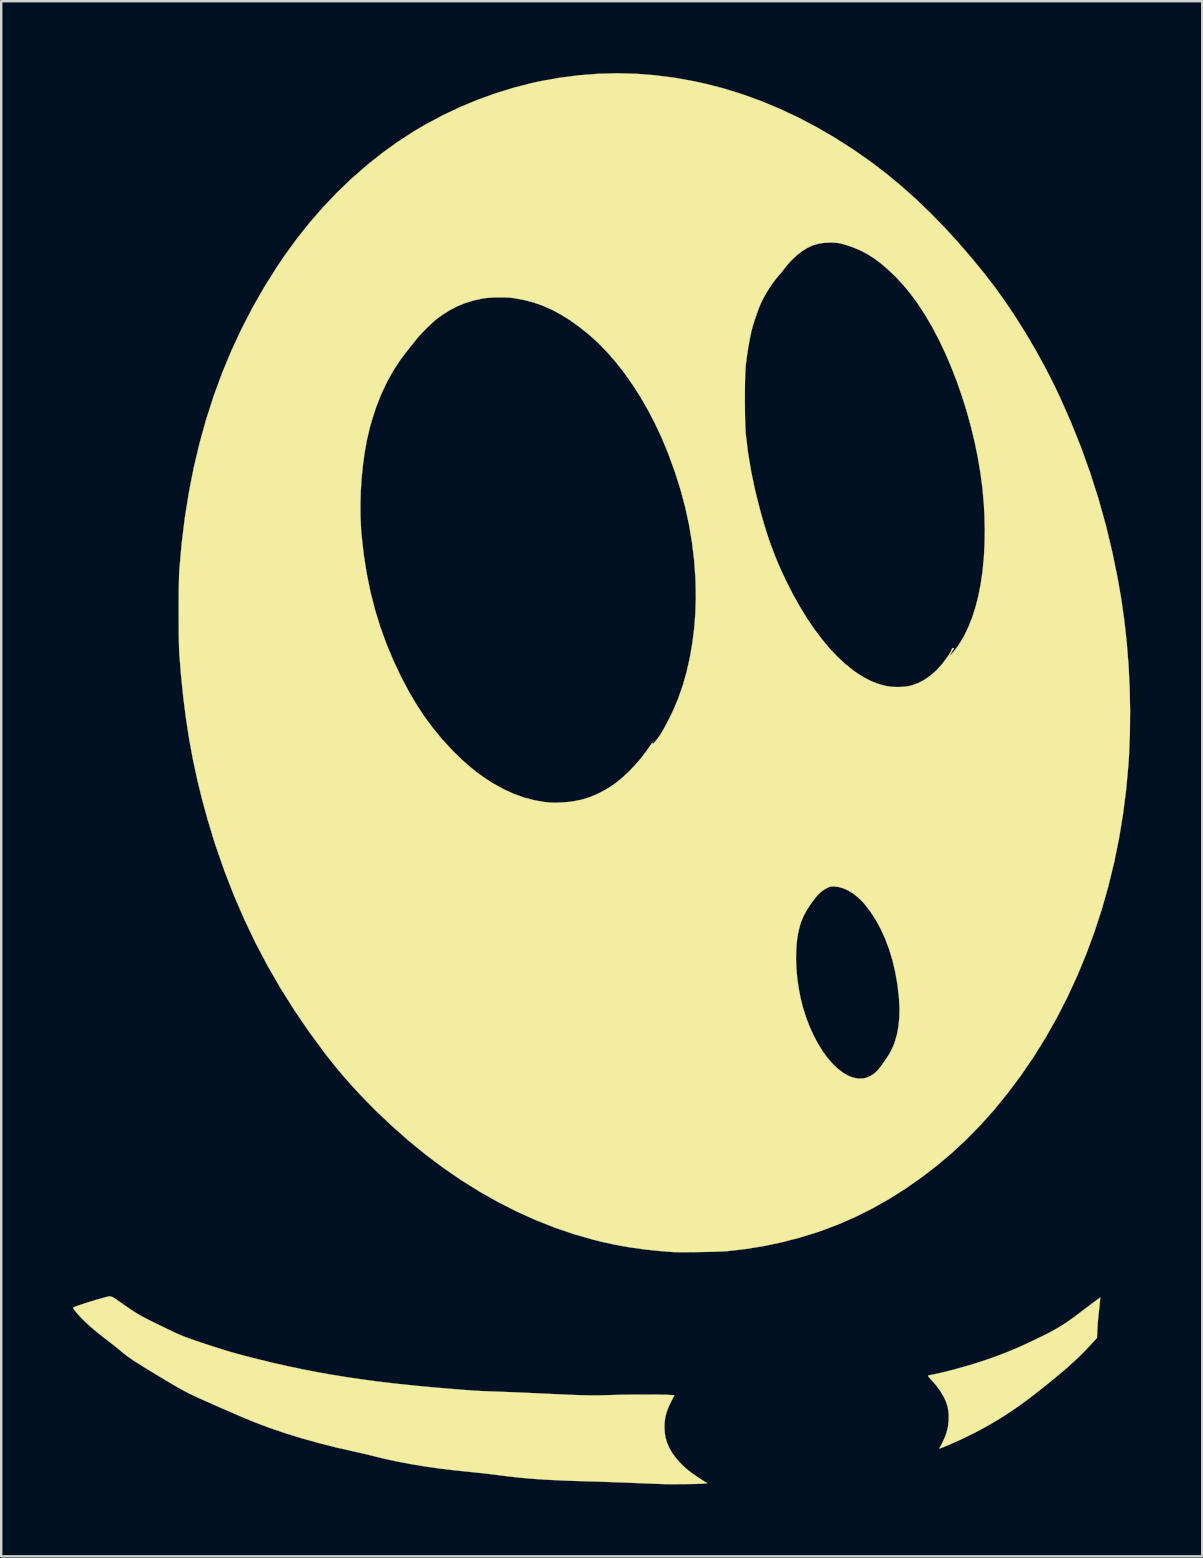
<source format=kicad_pcb>
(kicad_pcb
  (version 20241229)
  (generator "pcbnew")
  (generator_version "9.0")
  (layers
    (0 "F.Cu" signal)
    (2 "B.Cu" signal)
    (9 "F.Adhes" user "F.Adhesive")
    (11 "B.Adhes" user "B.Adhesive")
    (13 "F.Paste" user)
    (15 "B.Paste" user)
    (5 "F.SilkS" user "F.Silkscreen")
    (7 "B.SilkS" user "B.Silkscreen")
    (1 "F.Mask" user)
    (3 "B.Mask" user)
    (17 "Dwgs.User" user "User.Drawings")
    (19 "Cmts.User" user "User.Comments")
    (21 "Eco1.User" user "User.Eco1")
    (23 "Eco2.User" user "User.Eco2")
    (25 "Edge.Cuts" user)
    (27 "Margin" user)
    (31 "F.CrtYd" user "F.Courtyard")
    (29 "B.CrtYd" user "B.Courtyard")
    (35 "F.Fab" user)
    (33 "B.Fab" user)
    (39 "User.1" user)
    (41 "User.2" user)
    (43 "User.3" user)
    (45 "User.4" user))
  (footprint "F.Silk_g1134"
    (layer "F.Cu")
    (at 19.775 38.796)
    (property "Reference" "F.Silk_g1134" (at 0 0 0) (layer "F.SilkS") (effects (font (size 1.524 1.524) (thickness 0.3))))
    (attr through_hole)
    (fp_poly (pts (xy 4.403 -10.933) (xy 4.392 -10.922) (xy 4.381 -10.933) (xy 4.392 -10.943) (xy 4.403 -10.933)) (stroke (width 0.01) (type solid)) (fill yes) (layer "F.SilkS"))
    (fp_poly (pts (xy 23.02 12.396) (xy 23.012 12.476) (xy 23.001 12.585) (xy 22.987 12.713) (xy 22.972 12.849) (xy 22.964 12.922) (xy 22.948 13.074) (xy 22.933 13.242) (xy 22.92 13.409) (xy 22.911 13.558) (xy 22.909 13.598) (xy 22.896 13.914) (xy 22.731 14.096) (xy 22.556 14.285) (xy 22.385 14.464) (xy 22.214 14.637) (xy 22.037 14.808) (xy 21.851 14.98) (xy 21.651 15.158) (xy 21.432 15.346) (xy 21.191 15.547) (xy 20.923 15.767) (xy 20.728 15.924) (xy 20.343 16.229) (xy 19.979 16.506) (xy 19.631 16.759) (xy 19.293 16.992) (xy 18.959 17.21) (xy 18.622 17.415) (xy 18.277 17.613) (xy 17.918 17.807) (xy 17.716 17.911) (xy 17.574 17.982) (xy 17.422 18.056) (xy 17.263 18.131) (xy 17.104 18.204) (xy 16.947 18.275) (xy 16.798 18.341) (xy 16.662 18.4) (xy 16.542 18.45) (xy 16.443 18.489) (xy 16.371 18.515) (xy 16.329 18.526) (xy 16.32 18.524) (xy 16.332 18.496) (xy 16.339 18.488) (xy 16.362 18.454) (xy 16.397 18.39) (xy 16.44 18.305) (xy 16.486 18.208) (xy 16.531 18.109) (xy 16.571 18.015) (xy 16.602 17.936) (xy 16.609 17.918) (xy 16.68 17.65) (xy 16.715 17.37) (xy 16.715 17.09) (xy 16.68 16.829) (xy 16.617 16.612) (xy 16.516 16.385) (xy 16.381 16.153) (xy 16.213 15.92) (xy 16.015 15.691) (xy 15.989 15.664) (xy 15.913 15.58) (xy 15.867 15.522) (xy 15.852 15.491) (xy 15.857 15.485) (xy 15.89 15.477) (xy 15.953 15.463) (xy 16.034 15.446) (xy 16.066 15.44) (xy 16.268 15.398) (xy 16.501 15.344) (xy 16.757 15.28) (xy 17.028 15.208) (xy 17.306 15.131) (xy 17.58 15.052) (xy 17.845 14.971) (xy 18.089 14.893) (xy 18.224 14.848) (xy 18.543 14.736) (xy 18.84 14.627) (xy 19.122 14.519) (xy 19.398 14.406) (xy 19.674 14.287) (xy 19.959 14.158) (xy 20.26 14.016) (xy 20.584 13.858) (xy 20.832 13.734) (xy 21.044 13.624) (xy 21.246 13.51) (xy 21.446 13.388) (xy 21.65 13.254) (xy 21.866 13.102) (xy 22.102 12.928) (xy 22.236 12.825) (xy 22.363 12.728) (xy 22.492 12.63) (xy 22.616 12.537) (xy 22.725 12.455) (xy 22.811 12.391) (xy 22.836 12.373) (xy 23.035 12.23) (xy 23.02 12.396)) (stroke (width 0.01) (type solid)) (fill yes) (layer "F.SilkS"))
    (fp_poly (pts (xy -18.182 12.196) (xy -18.124 12.22) (xy -18.054 12.261) (xy -17.967 12.32) (xy -17.855 12.399) (xy -17.777 12.453) (xy -17.629 12.556) (xy -17.499 12.646) (xy -17.383 12.725) (xy -17.278 12.796) (xy -17.178 12.86) (xy -17.08 12.92) (xy -16.979 12.979) (xy -16.871 13.038) (xy -16.752 13.101) (xy -16.617 13.17) (xy -16.463 13.247) (xy -16.284 13.334) (xy -16.078 13.435) (xy -15.839 13.551) (xy -15.759 13.589) (xy -15.616 13.657) (xy -15.488 13.717) (xy -15.366 13.771) (xy -15.246 13.822) (xy -15.12 13.872) (xy -14.982 13.923) (xy -14.828 13.979) (xy -14.649 14.04) (xy -14.441 14.11) (xy -14.277 14.165) (xy -13.969 14.266) (xy -13.69 14.355) (xy -13.431 14.436) (xy -13.181 14.51) (xy -12.929 14.581) (xy -12.667 14.652) (xy -12.383 14.726) (xy -12.109 14.795) (xy -11.481 14.948) (xy -10.858 15.089) (xy -10.237 15.221) (xy -9.612 15.342) (xy -8.979 15.454) (xy -8.334 15.558) (xy -7.673 15.654) (xy -6.99 15.744) (xy -6.281 15.827) (xy -5.542 15.904) (xy -4.768 15.977) (xy -4.233 16.023) (xy -3.955 16.046) (xy -3.714 16.065) (xy -3.504 16.082) (xy -3.32 16.096) (xy -3.155 16.107) (xy -3.006 16.117) (xy -2.865 16.125) (xy -2.728 16.132) (xy -2.589 16.138) (xy -2.443 16.144) (xy -2.284 16.149) (xy -2.244 16.15) (xy -2.084 16.156) (xy -1.89 16.163) (xy -1.669 16.172) (xy -1.429 16.181) (xy -1.177 16.192) (xy -0.921 16.203) (xy -0.669 16.214) (xy -0.455 16.224) (xy -0.089 16.241) (xy 0.239 16.256) (xy 0.53 16.27) (xy 0.79 16.281) (xy 1.02 16.29) (xy 1.225 16.298) (xy 1.408 16.304) (xy 1.572 16.308) (xy 1.72 16.311) (xy 1.856 16.313) (xy 1.983 16.313) (xy 2.104 16.312) (xy 2.224 16.31) (xy 2.344 16.307) (xy 2.469 16.303) (xy 2.548 16.301) (xy 2.745 16.294) (xy 2.964 16.289) (xy 3.201 16.285) (xy 3.449 16.281) (xy 3.702 16.279) (xy 3.953 16.278) (xy 4.196 16.278) (xy 4.424 16.279) (xy 4.632 16.281) (xy 4.814 16.284) (xy 4.962 16.288) (xy 5.019 16.291) (xy 5.287 16.305) (xy 5.162 16.541) (xy 5.046 16.782) (xy 4.961 17.006) (xy 4.905 17.221) (xy 4.875 17.437) (xy 4.868 17.608) (xy 4.879 17.847) (xy 4.913 18.064) (xy 4.973 18.272) (xy 5.063 18.484) (xy 5.081 18.521) (xy 5.191 18.71) (xy 5.334 18.906) (xy 5.503 19.102) (xy 5.692 19.29) (xy 5.874 19.446) (xy 5.96 19.511) (xy 6.071 19.591) (xy 6.194 19.677) (xy 6.321 19.763) (xy 6.438 19.839) (xy 6.534 19.899) (xy 6.551 19.909) (xy 6.657 19.971) (xy 6.509 19.988) (xy 6.449 19.992) (xy 6.353 19.997) (xy 6.228 20.001) (xy 6.08 20.004) (xy 5.915 20.007) (xy 5.74 20.01) (xy 5.561 20.012) (xy 5.385 20.013) (xy 5.219 20.013) (xy 5.068 20.013) (xy 4.938 20.011) (xy 4.858 20.01) (xy 4.794 20.007) (xy 4.693 20.004) (xy 4.56 19.999) (xy 4.4 19.993) (xy 4.219 19.986) (xy 4.021 19.978) (xy 3.811 19.97) (xy 3.595 19.961) (xy 3.588 19.961) (xy 3.344 19.951) (xy 3.084 19.941) (xy 2.817 19.932) (xy 2.551 19.922) (xy 2.295 19.914) (xy 2.059 19.906) (xy 1.851 19.9) (xy 1.757 19.897) (xy 1.31 19.884) (xy 0.901 19.87) (xy 0.524 19.855) (xy 0.176 19.838) (xy -0.15 19.82) (xy -0.457 19.8) (xy -0.751 19.778) (xy -1.036 19.752) (xy -1.317 19.724) (xy -1.6 19.693) (xy -1.888 19.657) (xy -2.085 19.632) (xy -2.273 19.608) (xy -2.488 19.582) (xy -2.714 19.556) (xy -2.937 19.532) (xy -3.141 19.511) (xy -3.207 19.505) (xy -3.875 19.436) (xy -4.506 19.36) (xy -5.104 19.275) (xy -5.676 19.181) (xy -6.224 19.078) (xy -6.755 18.964) (xy -7.271 18.839) (xy -7.433 18.798) (xy -7.619 18.753) (xy -7.812 18.708) (xy -7.992 18.668) (xy -8.086 18.647) (xy -8.828 18.479) (xy -9.554 18.295) (xy -10.26 18.097) (xy -10.941 17.886) (xy -11.594 17.664) (xy -12.213 17.431) (xy -12.774 17.199) (xy -13.113 17.052) (xy -13.416 16.92) (xy -13.687 16.802) (xy -13.928 16.696) (xy -14.143 16.601) (xy -14.334 16.516) (xy -14.505 16.439) (xy -14.659 16.368) (xy -14.798 16.302) (xy -14.927 16.24) (xy -15.047 16.179) (xy -15.162 16.119) (xy -15.276 16.057) (xy -15.39 15.993) (xy -15.509 15.925) (xy -15.636 15.851) (xy -15.772 15.77) (xy -15.922 15.681) (xy -16.089 15.581) (xy -16.192 15.518) (xy -16.455 15.36) (xy -16.684 15.221) (xy -16.884 15.098) (xy -17.059 14.988) (xy -17.211 14.89) (xy -17.344 14.801) (xy -17.463 14.718) (xy -17.571 14.638) (xy -17.671 14.561) (xy -17.767 14.482) (xy -17.845 14.416) (xy -17.906 14.365) (xy -17.995 14.293) (xy -18.104 14.207) (xy -18.228 14.11) (xy -18.36 14.008) (xy -18.481 13.916) (xy -18.754 13.702) (xy -19.006 13.49) (xy -19.235 13.284) (xy -19.435 13.087) (xy -19.603 12.903) (xy -19.656 12.838) (xy -19.717 12.761) (xy -19.754 12.709) (xy -19.77 12.676) (xy -19.769 12.656) (xy -19.757 12.643) (xy -19.723 12.626) (xy -19.654 12.6) (xy -19.557 12.565) (xy -19.437 12.525) (xy -19.301 12.48) (xy -19.154 12.433) (xy -19.003 12.386) (xy -18.854 12.34) (xy -18.713 12.299) (xy -18.585 12.263) (xy -18.557 12.255) (xy -18.448 12.225) (xy -18.363 12.202) (xy -18.295 12.188) (xy -18.237 12.186) (xy -18.182 12.196)) (stroke (width 0.01) (type solid)) (fill yes) (layer "F.SilkS"))
    (fp_poly (pts (xy 3.704 -38.77) (xy 4.498 -38.707) (xy 5.296 -38.604) (xy 6.101 -38.459) (xy 6.585 -38.354) (xy 7.362 -38.153) (xy 8.14 -37.91) (xy 8.916 -37.627) (xy 9.688 -37.305) (xy 10.455 -36.944) (xy 11.213 -36.546) (xy 11.962 -36.111) (xy 12.699 -35.641) (xy 13.422 -35.137) (xy 13.589 -35.014) (xy 14.191 -34.549) (xy 14.782 -34.057) (xy 15.365 -33.536) (xy 15.941 -32.983) (xy 16.513 -32.397) (xy 17.083 -31.776) (xy 17.653 -31.116) (xy 18.186 -30.467) (xy 18.634 -29.886) (xy 19.076 -29.269) (xy 19.51 -28.621) (xy 19.932 -27.949) (xy 20.338 -27.258) (xy 20.725 -26.554) (xy 21.088 -25.844) (xy 21.353 -25.289) (xy 21.814 -24.244) (xy 22.236 -23.191) (xy 22.617 -22.126) (xy 22.96 -21.049) (xy 23.265 -19.957) (xy 23.532 -18.848) (xy 23.762 -17.72) (xy 23.906 -16.891) (xy 24.034 -15.996) (xy 24.135 -15.077) (xy 24.21 -14.14) (xy 24.257 -13.195) (xy 24.277 -12.25) (xy 24.268 -11.312) (xy 24.232 -10.391) (xy 24.203 -9.948) (xy 24.11 -8.918) (xy 23.979 -7.899) (xy 23.813 -6.893) (xy 23.611 -5.901) (xy 23.374 -4.925) (xy 23.102 -3.965) (xy 22.796 -3.023) (xy 22.456 -2.101) (xy 22.084 -1.199) (xy 21.678 -0.318) (xy 21.241 0.539) (xy 20.771 1.372) (xy 20.271 2.179) (xy 19.74 2.959) (xy 19.179 3.712) (xy 18.588 4.435) (xy 18.566 4.461) (xy 18.014 5.074) (xy 17.438 5.659) (xy 16.839 6.215) (xy 16.218 6.74) (xy 15.578 7.232) (xy 14.921 7.692) (xy 14.248 8.117) (xy 13.562 8.505) (xy 12.865 8.856) (xy 12.158 9.168) (xy 11.444 9.44) (xy 11.187 9.528) (xy 10.452 9.752) (xy 9.721 9.94) (xy 8.987 10.093) (xy 8.24 10.213) (xy 7.493 10.299) (xy 7.401 10.306) (xy 7.274 10.313) (xy 7.118 10.319) (xy 6.938 10.325) (xy 6.741 10.33) (xy 6.533 10.334) (xy 6.32 10.338) (xy 6.107 10.341) (xy 5.902 10.343) (xy 5.71 10.344) (xy 5.537 10.344) (xy 5.389 10.343) (xy 5.273 10.34) (xy 5.207 10.337) (xy 4.573 10.286) (xy 3.972 10.22) (xy 3.398 10.138) (xy 2.844 10.039) (xy 2.302 9.923) (xy 1.937 9.833) (xy 1.12 9.6) (xy 0.31 9.325) (xy -0.491 9.009) (xy -1.283 8.652) (xy -2.066 8.255) (xy -2.839 7.818) (xy -3.601 7.342) (xy -4.351 6.827) (xy -5.09 6.272) (xy -5.816 5.679) (xy -6.529 5.048) (xy -7.172 4.435) (xy -7.621 3.982) (xy -8.039 3.538) (xy -8.435 3.096) (xy -8.815 2.645) (xy -9.187 2.178) (xy -9.291 2.043) (xy -9.944 1.157) (xy -10.558 0.257) (xy -11.133 -0.659) (xy -11.671 -1.591) (xy -11.821 -1.875) (xy 10.353 -1.875) (xy 10.368 -1.483) (xy 10.403 -1.083) (xy 10.459 -0.68) (xy 10.535 -0.28) (xy 10.632 0.111) (xy 10.649 0.171) (xy 10.775 0.567) (xy 10.92 0.946) (xy 11.082 1.304) (xy 11.26 1.64) (xy 11.451 1.95) (xy 11.653 2.23) (xy 11.865 2.477) (xy 12.085 2.689) (xy 12.31 2.862) (xy 12.316 2.866) (xy 12.529 2.988) (xy 12.738 3.068) (xy 12.942 3.106) (xy 13.142 3.102) (xy 13.262 3.079) (xy 13.437 3.011) (xy 13.605 2.903) (xy 13.764 2.753) (xy 13.915 2.563) (xy 13.945 2.519) (xy 14.006 2.428) (xy 14.069 2.336) (xy 14.124 2.258) (xy 14.143 2.232) (xy 14.22 2.115) (xy 14.3 1.97) (xy 14.377 1.811) (xy 14.445 1.649) (xy 14.476 1.559) (xy 14.564 1.246) (xy 14.625 0.914) (xy 14.658 0.561) (xy 14.665 0.182) (xy 14.645 -0.225) (xy 14.637 -0.318) (xy 14.576 -0.831) (xy 14.488 -1.33) (xy 14.374 -1.812) (xy 14.235 -2.273) (xy 14.071 -2.712) (xy 13.884 -3.124) (xy 13.675 -3.508) (xy 13.446 -3.86) (xy 13.196 -4.177) (xy 13.106 -4.278) (xy 12.921 -4.457) (xy 12.725 -4.61) (xy 12.523 -4.733) (xy 12.319 -4.824) (xy 12.12 -4.88) (xy 11.948 -4.898) (xy 11.855 -4.897) (xy 11.786 -4.889) (xy 11.723 -4.87) (xy 11.648 -4.836) (xy 11.641 -4.832) (xy 11.526 -4.768) (xy 11.419 -4.692) (xy 11.314 -4.599) (xy 11.208 -4.484) (xy 11.095 -4.343) (xy 10.97 -4.17) (xy 10.915 -4.089) (xy 10.771 -3.86) (xy 10.656 -3.642) (xy 10.566 -3.423) (xy 10.51 -3.249) (xy 10.438 -2.946) (xy 10.388 -2.612) (xy 10.36 -2.253) (xy 10.353 -1.875) (xy -11.821 -1.875) (xy -12.172 -2.542) (xy -12.637 -3.514) (xy -13.068 -4.508) (xy -13.464 -5.526) (xy -13.827 -6.569) (xy -13.916 -6.843) (xy -14.171 -7.685) (xy -14.401 -8.521) (xy -14.605 -9.356) (xy -14.785 -10.196) (xy -14.942 -11.047) (xy -15.076 -11.914) (xy -15.189 -12.803) (xy -15.282 -13.72) (xy -15.351 -14.584) (xy -15.357 -14.701) (xy -15.362 -14.854) (xy -15.367 -15.04) (xy -15.371 -15.252) (xy -15.374 -15.486) (xy -15.376 -15.736) (xy -15.377 -15.998) (xy -15.378 -16.266) (xy -15.378 -16.535) (xy -15.377 -16.801) (xy -15.375 -17.057) (xy -15.373 -17.3) (xy -15.369 -17.523) (xy -15.365 -17.723) (xy -15.36 -17.893) (xy -15.354 -18.028) (xy -15.351 -18.087) (xy -15.254 -19.19) (xy -15.121 -20.271) (xy -15.031 -20.835) (xy -7.804 -20.835) (xy -7.8 -20.291) (xy -7.774 -19.762) (xy -7.758 -19.569) (xy -7.668 -18.754) (xy -7.545 -17.965) (xy -7.389 -17.197) (xy -7.199 -16.447) (xy -6.973 -15.713) (xy -6.711 -14.991) (xy -6.412 -14.278) (xy -6.084 -13.589) (xy -5.777 -13.01) (xy -5.457 -12.468) (xy -5.119 -11.959) (xy -4.763 -11.477) (xy -4.383 -11.019) (xy -3.977 -10.58) (xy -3.885 -10.486) (xy -3.574 -10.185) (xy -3.273 -9.916) (xy -2.974 -9.674) (xy -2.67 -9.452) (xy -2.352 -9.245) (xy -2.243 -9.179) (xy -1.819 -8.945) (xy -1.395 -8.753) (xy -0.97 -8.601) (xy -0.542 -8.49) (xy -0.109 -8.418) (xy 0.127 -8.396) (xy 0.248 -8.392) (xy 0.398 -8.393) (xy 0.567 -8.4) (xy 0.741 -8.412) (xy 0.909 -8.427) (xy 1.058 -8.446) (xy 1.404 -8.515) (xy 1.741 -8.617) (xy 2.075 -8.756) (xy 2.386 -8.918) (xy 2.535 -9.006) (xy 2.667 -9.09) (xy 2.791 -9.177) (xy 2.919 -9.275) (xy 3.061 -9.393) (xy 3.126 -9.448) (xy 3.388 -9.691) (xy 3.65 -9.965) (xy 3.903 -10.262) (xy 4.139 -10.572) (xy 4.215 -10.68) (xy 4.273 -10.764) (xy 4.321 -10.832) (xy 4.356 -10.88) (xy 4.372 -10.901) (xy 4.372 -10.901) (xy 4.373 -10.883) (xy 4.367 -10.853) (xy 4.372 -10.838) (xy 4.397 -10.852) (xy 4.438 -10.891) (xy 4.491 -10.95) (xy 4.552 -11.024) (xy 4.616 -11.11) (xy 4.679 -11.201) (xy 4.68 -11.202) (xy 4.759 -11.329) (xy 4.849 -11.487) (xy 4.947 -11.666) (xy 5.048 -11.86) (xy 5.147 -12.058) (xy 5.239 -12.253) (xy 5.246 -12.27) (xy 5.453 -12.766) (xy 5.636 -13.293) (xy 5.793 -13.847) (xy 5.924 -14.426) (xy 6.028 -15.024) (xy 6.106 -15.639) (xy 6.155 -16.266) (xy 6.176 -16.902) (xy 6.168 -17.544) (xy 6.159 -17.761) (xy 6.104 -18.511) (xy 6.015 -19.25) (xy 5.891 -19.982) (xy 5.732 -20.711) (xy 5.536 -21.441) (xy 5.303 -22.177) (xy 5.031 -22.924) (xy 4.989 -23.029) (xy 4.742 -23.622) (xy 4.472 -24.198) (xy 4.181 -24.755) (xy 3.89 -25.26) (xy 8.22 -25.26) (xy 8.221 -25.006) (xy 8.223 -24.755) (xy 8.227 -24.515) (xy 8.232 -24.29) (xy 8.239 -24.086) (xy 8.247 -23.91) (xy 8.257 -23.766) (xy 8.261 -23.728) (xy 8.352 -22.983) (xy 8.475 -22.238) (xy 8.631 -21.486) (xy 8.74 -21.028) (xy 8.869 -20.534) (xy 8.998 -20.075) (xy 9.13 -19.644) (xy 9.267 -19.235) (xy 9.412 -18.841) (xy 9.568 -18.454) (xy 9.736 -18.068) (xy 9.919 -17.676) (xy 9.948 -17.617) (xy 10.226 -17.071) (xy 10.515 -16.556) (xy 10.813 -16.071) (xy 11.119 -15.62) (xy 11.432 -15.204) (xy 11.75 -14.823) (xy 12.074 -14.479) (xy 12.401 -14.174) (xy 12.731 -13.909) (xy 12.922 -13.775) (xy 13.192 -13.608) (xy 13.45 -13.474) (xy 13.707 -13.368) (xy 13.973 -13.286) (xy 14.118 -13.252) (xy 14.273 -13.228) (xy 14.451 -13.215) (xy 14.641 -13.213) (xy 14.828 -13.222) (xy 15 -13.241) (xy 15.145 -13.271) (xy 15.145 -13.271) (xy 15.427 -13.37) (xy 15.698 -13.51) (xy 15.958 -13.69) (xy 16.206 -13.91) (xy 16.441 -14.169) (xy 16.664 -14.467) (xy 16.717 -14.547) (xy 16.767 -14.628) (xy 16.808 -14.702) (xy 16.833 -14.759) (xy 16.838 -14.775) (xy 16.86 -14.824) (xy 16.893 -14.838) (xy 16.925 -14.834) (xy 16.929 -14.815) (xy 16.907 -14.775) (xy 16.894 -14.756) (xy 16.863 -14.709) (xy 16.83 -14.65) (xy 16.8 -14.592) (xy 16.778 -14.546) (xy 16.771 -14.522) (xy 16.772 -14.52) (xy 16.791 -14.536) (xy 16.829 -14.578) (xy 16.881 -14.64) (xy 16.942 -14.715) (xy 17.004 -14.794) (xy 17.064 -14.872) (xy 17.114 -14.941) (xy 17.138 -14.975) (xy 17.343 -15.314) (xy 17.526 -15.688) (xy 17.689 -16.095) (xy 17.83 -16.535) (xy 17.951 -17.006) (xy 18.049 -17.506) (xy 18.125 -18.033) (xy 18.179 -18.587) (xy 18.211 -19.164) (xy 18.219 -19.764) (xy 18.205 -20.385) (xy 18.18 -20.839) (xy 18.125 -21.467) (xy 18.042 -22.106) (xy 17.934 -22.752) (xy 17.802 -23.401) (xy 17.646 -24.049) (xy 17.469 -24.692) (xy 17.271 -25.326) (xy 17.054 -25.948) (xy 16.819 -26.553) (xy 16.567 -27.138) (xy 16.301 -27.698) (xy 16.02 -28.23) (xy 15.727 -28.73) (xy 15.423 -29.194) (xy 15.307 -29.357) (xy 15.056 -29.686) (xy 14.803 -29.987) (xy 14.536 -30.273) (xy 14.468 -30.343) (xy 14.173 -30.624) (xy 13.887 -30.868) (xy 13.606 -31.077) (xy 13.324 -31.256) (xy 13.037 -31.407) (xy 12.74 -31.532) (xy 12.552 -31.598) (xy 12.393 -31.648) (xy 12.263 -31.685) (xy 12.151 -31.71) (xy 12.045 -31.726) (xy 11.935 -31.734) (xy 11.81 -31.737) (xy 11.758 -31.737) (xy 11.509 -31.724) (xy 11.283 -31.687) (xy 11.069 -31.624) (xy 10.981 -31.59) (xy 10.779 -31.489) (xy 10.571 -31.352) (xy 10.363 -31.187) (xy 10.163 -30.997) (xy 9.976 -30.79) (xy 9.872 -30.657) (xy 9.805 -30.569) (xy 9.733 -30.48) (xy 9.669 -30.405) (xy 9.651 -30.385) (xy 9.522 -30.233) (xy 9.386 -30.052) (xy 9.249 -29.851) (xy 9.118 -29.64) (xy 9 -29.431) (xy 8.901 -29.233) (xy 8.89 -29.21) (xy 8.824 -29.054) (xy 8.754 -28.87) (xy 8.683 -28.669) (xy 8.615 -28.464) (xy 8.554 -28.266) (xy 8.505 -28.087) (xy 8.48 -27.982) (xy 8.438 -27.781) (xy 8.395 -27.551) (xy 8.353 -27.306) (xy 8.315 -27.062) (xy 8.282 -26.831) (xy 8.261 -26.666) (xy 8.251 -26.546) (xy 8.241 -26.389) (xy 8.234 -26.202) (xy 8.228 -25.989) (xy 8.224 -25.758) (xy 8.221 -25.513) (xy 8.22 -25.26) (xy 3.89 -25.26) (xy 3.873 -25.29) (xy 3.547 -25.801) (xy 3.207 -26.284) (xy 2.855 -26.736) (xy 2.491 -27.156) (xy 2.119 -27.54) (xy 1.739 -27.884) (xy 1.686 -27.93) (xy 1.295 -28.239) (xy 0.914 -28.51) (xy 0.538 -28.744) (xy 0.165 -28.942) (xy -0.21 -29.107) (xy -0.59 -29.24) (xy -0.979 -29.342) (xy -1.379 -29.416) (xy -1.439 -29.424) (xy -1.592 -29.44) (xy -1.773 -29.449) (xy -1.97 -29.452) (xy -2.173 -29.449) (xy -2.369 -29.44) (xy -2.548 -29.426) (xy -2.698 -29.407) (xy -2.714 -29.404) (xy -3.089 -29.322) (xy -3.438 -29.214) (xy -3.771 -29.078) (xy -4.094 -28.908) (xy -4.416 -28.703) (xy -4.558 -28.601) (xy -4.664 -28.517) (xy -4.789 -28.408) (xy -4.926 -28.281) (xy -5.066 -28.143) (xy -5.204 -28.003) (xy -5.33 -27.868) (xy -5.437 -27.745) (xy -5.493 -27.676) (xy -5.558 -27.594) (xy -5.639 -27.492) (xy -5.726 -27.384) (xy -5.805 -27.287) (xy -6.131 -26.86) (xy -6.427 -26.409) (xy -6.693 -25.933) (xy -6.931 -25.428) (xy -7.142 -24.894) (xy -7.326 -24.328) (xy -7.416 -24.003) (xy -7.528 -23.526) (xy -7.621 -23.018) (xy -7.696 -22.488) (xy -7.752 -21.942) (xy -7.788 -21.388) (xy -7.804 -20.835) (xy -15.031 -20.835) (xy -14.952 -21.33) (xy -14.748 -22.367) (xy -14.507 -23.382) (xy -14.231 -24.374) (xy -13.918 -25.346) (xy -13.569 -26.295) (xy -13.184 -27.223) (xy -12.762 -28.13) (xy -12.305 -29.016) (xy -11.81 -29.881) (xy -11.28 -30.725) (xy -10.972 -31.181) (xy -10.464 -31.882) (xy -9.929 -32.556) (xy -9.369 -33.2) (xy -8.785 -33.815) (xy -8.179 -34.397) (xy -7.552 -34.946) (xy -6.907 -35.46) (xy -6.244 -35.939) (xy -5.565 -36.379) (xy -5.08 -36.664) (xy -4.377 -37.039) (xy -3.654 -37.381) (xy -2.915 -37.689) (xy -2.164 -37.96) (xy -1.407 -38.193) (xy -0.648 -38.387) (xy -0.265 -38.47) (xy 0.536 -38.611) (xy 1.332 -38.712) (xy 2.123 -38.772) (xy 2.913 -38.791) (xy 3.704 -38.77)) (stroke (width 0.01) (type solid)) (fill yes) (layer "F.SilkS")))
  (gr_rect
    (start -3 -3)
    (end 47.057 61.815)
    (stroke (width 0.1) (type default))
    (fill no)
    (layer "Edge.Cuts")))
</source>
